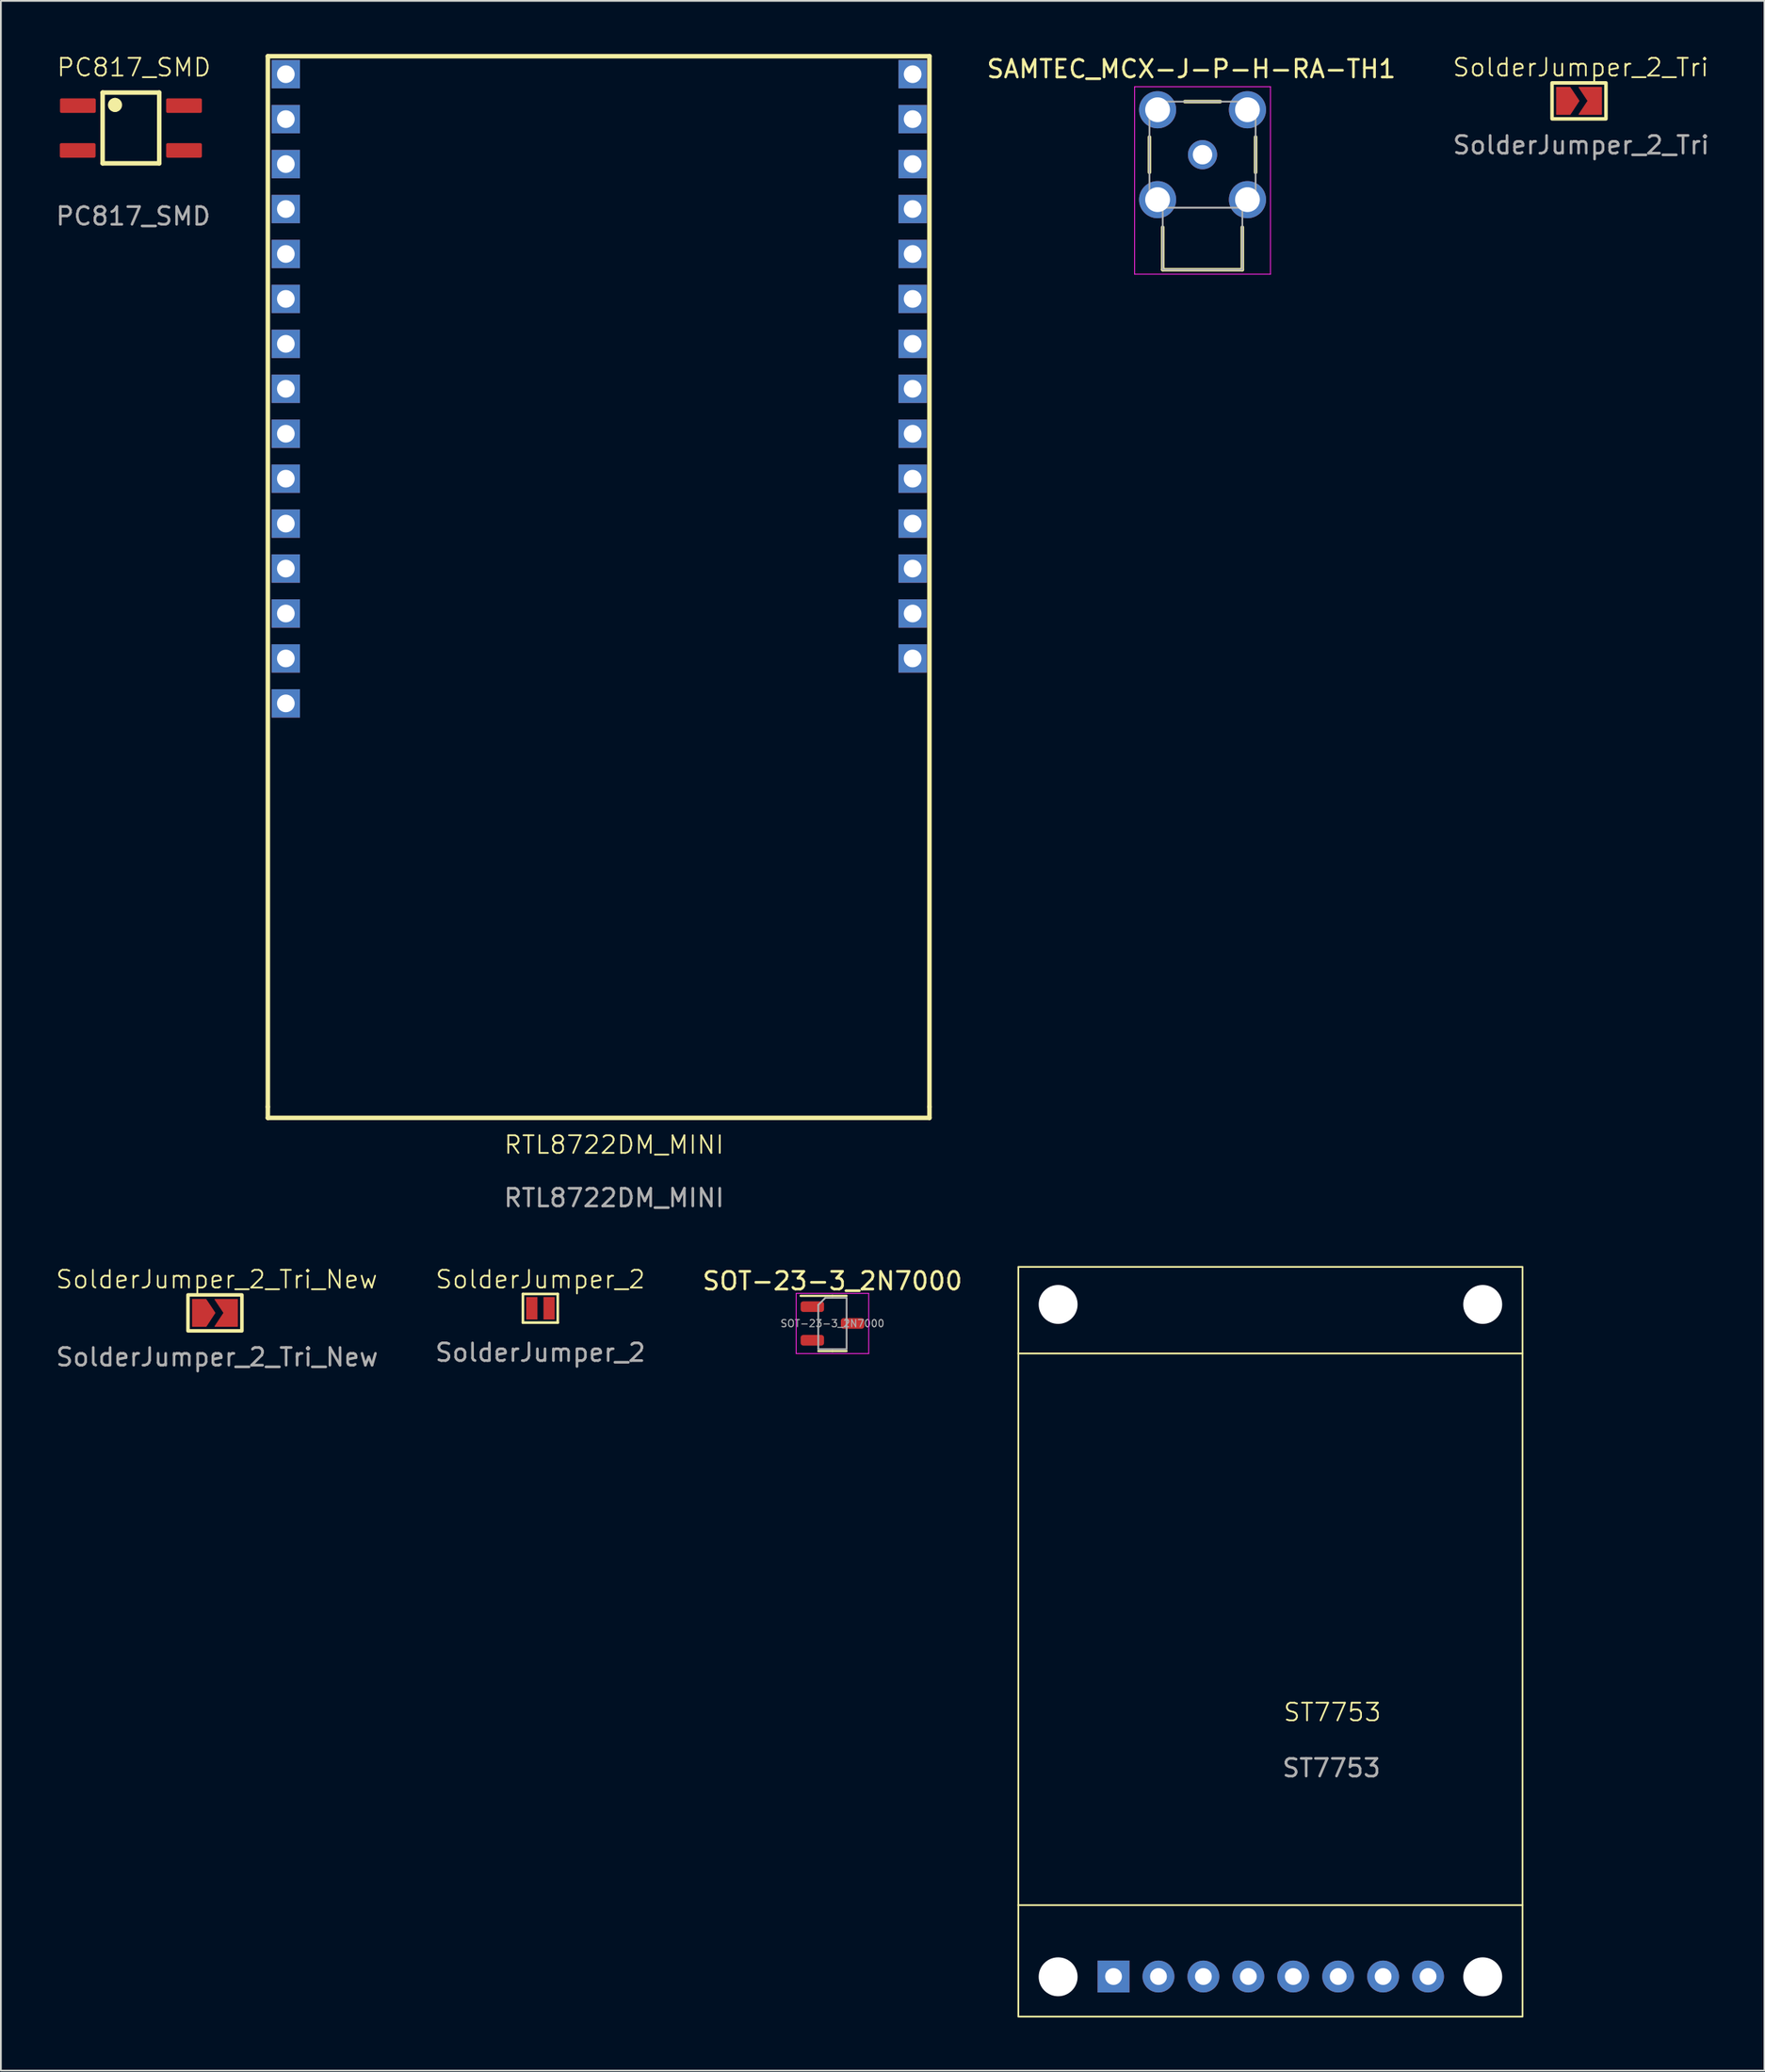
<source format=kicad_pcb>
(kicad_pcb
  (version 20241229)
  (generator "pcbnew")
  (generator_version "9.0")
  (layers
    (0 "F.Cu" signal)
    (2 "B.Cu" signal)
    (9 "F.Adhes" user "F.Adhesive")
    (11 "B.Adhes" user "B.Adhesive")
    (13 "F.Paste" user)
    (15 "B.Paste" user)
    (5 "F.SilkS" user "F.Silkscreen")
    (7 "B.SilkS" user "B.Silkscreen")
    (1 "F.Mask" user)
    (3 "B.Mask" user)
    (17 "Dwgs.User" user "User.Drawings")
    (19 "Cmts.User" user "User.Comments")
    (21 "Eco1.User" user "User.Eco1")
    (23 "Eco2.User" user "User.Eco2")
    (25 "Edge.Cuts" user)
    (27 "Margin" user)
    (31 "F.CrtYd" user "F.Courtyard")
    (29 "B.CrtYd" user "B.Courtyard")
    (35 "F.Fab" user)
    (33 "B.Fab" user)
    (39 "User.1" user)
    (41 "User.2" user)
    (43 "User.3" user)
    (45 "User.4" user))
  (footprint "RTL8722DM_MINI"
    (layer "F.Cu")
    (at 31.68 29.95)
    (property "Reference" "RTL8722DM_MINI" (at -0.02 31.7 0) (unlocked yes) (layer "F.SilkS") (effects (font (size 1 1) (thickness 0.1))))
    (attr through_hole)
    (fp_line (start -19.589 -29.823) (end 17.811 -29.823) (stroke (width 0.254) (type solid)) (layer "F.SilkS"))
    (fp_line (start -19.589 29.552) (end -19.589 -29.823) (stroke (width 0.254) (type solid)) (layer "F.SilkS"))
    (fp_line (start -19.589 30.177) (end -19.589 29.552) (stroke (width 0.254) (type solid)) (layer "F.SilkS"))
    (fp_line (start -19.589 30.177) (end 17.811 30.177) (stroke (width 0.254) (type solid)) (layer "F.SilkS"))
    (fp_line (start 17.811 29.552) (end 17.811 -29.823) (stroke (width 0.254) (type solid)) (layer "F.SilkS"))
    (fp_line (start 17.811 30.177) (end 17.811 29.552) (stroke (width 0.254) (type solid)) (layer "F.SilkS"))
    (fp_line (start -0.02 32.25) (end -0.019 32.249) (stroke (width 0.003) (type solid)) (layer "Eco1.User"))
    (fp_text user "${REFERENCE}" (at -0.02 34.7 0) (unlocked yes) (layer "F.Fab") (effects (font (size 1 1) (thickness 0.15))))
    (pad "3V3" thru_hole rect (at 16.86 -8.487 180) (size 1.6 1.6) (drill 1) (layers "*.Cu" "*.Mask"))
    (pad "5V" thru_hole rect (at 16.86 -5.947) (size 1.6 1.6) (drill 1) (layers "*.Cu" "*.Mask"))
    (pad "GND1" thru_hole rect (at 16.86 1.673 180) (size 1.6 1.6) (drill 1) (layers "*.Cu" "*.Mask"))
    (pad "GND2" thru_hole rect (at 16.86 4.213) (size 1.6 1.6) (drill 1) (layers "*.Cu" "*.Mask"))
    (pad "PA2" thru_hole rect (at 16.86 -0.867) (size 1.6 1.6) (drill 1) (layers "*.Cu" "*.Mask"))
    (pad "PA12" thru_hole rect (at -18.573 -28.807) (size 1.6 1.6) (drill 1) (layers "*.Cu" "*.Mask"))
    (pad "PA13" thru_hole rect (at -18.573 -26.267 180) (size 1.6 1.6) (drill 1) (layers "*.Cu" "*.Mask"))
    (pad "PA14" thru_hole rect (at -18.573 -23.727 180) (size 1.6 1.6) (drill 1) (layers "*.Cu" "*.Mask"))
    (pad "PA15" thru_hole rect (at -18.573 -21.187 180) (size 1.6 1.6) (drill 1) (layers "*.Cu" "*.Mask"))
    (pad "PA16" thru_hole rect (at -18.573 -18.647 180) (size 1.6 1.6) (drill 1) (layers "*.Cu" "*.Mask"))
    (pad "PA18" thru_hole rect (at -18.573 -13.567) (size 1.6 1.6) (drill 1) (layers "*.Cu" "*.Mask"))
    (pad "PA19" thru_hole rect (at -18.573 -11.027) (size 1.6 1.6) (drill 1) (layers "*.Cu" "*.Mask"))
    (pad "PA21" thru_hole rect (at -18.573 -5.947) (size 1.6 1.6) (drill 1) (layers "*.Cu" "*.Mask"))
    (pad "PA22" thru_hole rect (at -18.573 -3.407) (size 1.6 1.6) (drill 1) (layers "*.Cu" "*.Mask"))
    (pad "PA23" thru_hole rect (at -18.573 -0.867) (size 1.6 1.6) (drill 1) (layers "*.Cu" "*.Mask"))
    (pad "PA24" thru_hole rect (at -18.573 1.673 180) (size 1.6 1.6) (drill 1) (layers "*.Cu" "*.Mask"))
    (pad "PA27" thru_hole rect (at -18.573 6.753) (size 1.6 1.6) (drill 1) (layers "*.Cu" "*.Mask"))
    (pad "PA28" thru_hole rect (at -18.573 -16.107) (size 1.6 1.6) (drill 1) (layers "*.Cu" "*.Mask"))
    (pad "PA30" thru_hole rect (at -18.573 -8.487 180) (size 1.6 1.6) (drill 1) (layers "*.Cu" "*.Mask"))
    (pad "PA31" thru_hole rect (at -18.573 4.213) (size 1.6 1.6) (drill 1) (layers "*.Cu" "*.Mask"))
    (pad "PB0" thru_hole rect (at 16.86 -28.807) (size 1.6 1.6) (drill 1) (layers "*.Cu" "*.Mask"))
    (pad "PB1" thru_hole rect (at 16.86 -26.267 180) (size 1.6 1.6) (drill 1) (layers "*.Cu" "*.Mask"))
    (pad "PB2" thru_hole rect (at 16.86 -23.727 180) (size 1.6 1.6) (drill 1) (layers "*.Cu" "*.Mask"))
    (pad "PB3" thru_hole rect (at 16.86 -21.187 180) (size 1.6 1.6) (drill 1) (layers "*.Cu" "*.Mask"))
    (pad "PB4" thru_hole rect (at 16.86 -18.647 180) (size 1.6 1.6) (drill 1) (layers "*.Cu" "*.Mask"))
    (pad "PB5" thru_hole rect (at 16.86 -16.107) (size 1.6 1.6) (drill 1) (layers "*.Cu" "*.Mask"))
    (pad "PB6" thru_hole rect (at 16.86 -13.567) (size 1.6 1.6) (drill 1) (layers "*.Cu" "*.Mask"))
    (pad "PB7" thru_hole rect (at 16.86 -11.027) (size 1.6 1.6) (drill 1) (layers "*.Cu" "*.Mask"))
    (pad "RST" thru_hole rect (at 16.86 -3.407) (size 1.6 1.6) (drill 1) (layers "*.Cu" "*.Mask")))
  (footprint "SolderJumper_2_Tri_New"
    (layer "F.Cu")
    (at 9.22 71.149)
    (property "Reference" "SolderJumper_2_Tri_New" (at -0.02 -1.89 0) (unlocked yes) (layer "F.SilkS") (effects (font (size 1 1) (thickness 0.1))))
    (attr smd)
    (fp_rect (start -1.644 1.016) (end 1.404 -1.016) (stroke (width 0.2) (type default)) (fill no) (layer "F.SilkS"))
    (fp_text user "${REFERENCE}" (at 0 2.5 0) (unlocked yes) (layer "F.Fab") (effects (font (size 1 1) (thickness 0.15))))
    (pad "1" smd custom (at -1.019 0) (size 0.783 1.524) (layers "F.Cu" "F.Mask" "F.Paste") (options (anchor rect)) (primitives (gr_poly (pts (xy -0.371 -0.762) (xy 0.391 -0.762) (xy 0.899 0) (xy 0.399 0.762) (xy -0.371 0.762)) (width 0.05) (fill yes))))
    (pad "2" smd custom (at 0.75 0) (size 0.783 1.524) (layers "F.Cu" "F.Mask" "F.Paste") (options (anchor rect)) (primitives (gr_poly (pts (xy -0.87 -0.762) (xy 0.4 -0.762) (xy 0.4 0.762) (xy -0.87 0.762) (xy -0.362 0)) (width 0.05) (fill yes)))))
  (footprint "SolderJumper_2_Tri"
    (layer "F.Cu")
    (at 86.327 2.651)
    (property "Reference" "SolderJumper_2_Tri" (at -0.02 -1.89 0) (unlocked yes) (layer "F.SilkS") (effects (font (size 1 1) (thickness 0.1))))
    (attr smd)
    (fp_poly (pts (xy -1.39 -0.762) (xy -0.628 -0.762) (xy -0.12 0) (xy -0.62 0.762) (xy -1.39 0.762)) (stroke (width 0.05) (type solid)) (fill yes) (layer "F.Cu"))
    (fp_poly (pts (xy -0.12 -0.762) (xy 1.15 -0.762) (xy 1.15 0.762) (xy -0.12 0.762) (xy 0.388 0)) (stroke (width 0.05) (type solid)) (fill yes) (layer "F.Cu"))
    (fp_rect (start -1.644 1.016) (end 1.404 -1.016) (stroke (width 0.2) (type default)) (fill no) (layer "F.SilkS"))
    (fp_text user "${REFERENCE}" (at 0 2.5 0) (unlocked yes) (layer "F.Fab") (effects (font (size 1 1) (thickness 0.15)))))
  (footprint "SolderJumper_2"
    (layer "F.Cu")
    (at 27.494 70.889)
    (property "Reference" "SolderJumper_2" (at 0 -1.63 0) (unlocked yes) (layer "F.SilkS") (effects (font (size 1 1) (thickness 0.1))))
    (attr smd)
    (fp_line (start -0.985 -0.81) (end 0.985 -0.81) (stroke (width 0.15) (type default)) (layer "F.SilkS"))
    (fp_line (start -0.985 0.81) (end -0.985 -0.81) (stroke (width 0.15) (type default)) (layer "F.SilkS"))
    (fp_line (start -0.985 0.81) (end 0.985 0.81) (stroke (width 0.15) (type default)) (layer "F.SilkS"))
    (fp_line (start 0.985 0.81) (end 0.985 -0.81) (stroke (width 0.15) (type default)) (layer "F.SilkS"))
    (fp_text user "${REFERENCE}" (at 0 2.5 0) (unlocked yes) (layer "F.Fab") (effects (font (size 1 1) (thickness 0.15))))
    (pad "1" smd rect (at -0.481 0) (size 0.635 1.27) (layers "F.Cu" "F.Mask" "F.Paste"))
    (pad "2" smd rect (at 0.495 0) (size 0.635 1.27) (layers "F.Cu" "F.Mask" "F.Paste")))
  (footprint "SOT-23-3_2N7000"
    (layer "F.Cu")
    (at 44.006 71.747)
    (property "Reference" "SOT-23-3_2N7000" (at 0 -2.4 0) (layer "F.SilkS") (effects (font (size 1 1) (thickness 0.15))))
    (attr smd)
    (fp_line (start 0 -1.56) (end -1.8 -1.56) (stroke (width 0.12) (type solid)) (layer "F.SilkS"))
    (fp_line (start 0 -1.56) (end 0.8 -1.56) (stroke (width 0.12) (type solid)) (layer "F.SilkS"))
    (fp_line (start 0 1.56) (end -0.8 1.56) (stroke (width 0.12) (type solid)) (layer "F.SilkS"))
    (fp_line (start 0 1.56) (end 0.8 1.56) (stroke (width 0.12) (type solid)) (layer "F.SilkS"))
    (fp_line (start -2.05 -1.7) (end -2.05 1.7) (stroke (width 0.05) (type solid)) (layer "F.CrtYd"))
    (fp_line (start -2.05 1.7) (end 2.05 1.7) (stroke (width 0.05) (type solid)) (layer "F.CrtYd"))
    (fp_line (start 2.05 -1.7) (end -2.05 -1.7) (stroke (width 0.05) (type solid)) (layer "F.CrtYd"))
    (fp_line (start 2.05 1.7) (end 2.05 -1.7) (stroke (width 0.05) (type solid)) (layer "F.CrtYd"))
    (fp_line (start -0.8 -1.05) (end -0.4 -1.45) (stroke (width 0.1) (type solid)) (layer "F.Fab"))
    (fp_line (start -0.8 1.45) (end -0.8 -1.05) (stroke (width 0.1) (type solid)) (layer "F.Fab"))
    (fp_line (start -0.4 -1.45) (end 0.8 -1.45) (stroke (width 0.1) (type solid)) (layer "F.Fab"))
    (fp_line (start 0.8 -1.45) (end 0.8 1.45) (stroke (width 0.1) (type solid)) (layer "F.Fab"))
    (fp_line (start 0.8 1.45) (end -0.8 1.45) (stroke (width 0.1) (type solid)) (layer "F.Fab"))
    (fp_text user "${REFERENCE}" (at 0 0 0) (layer "F.Fab") (effects (font (size 0.4 0.4) (thickness 0.06))))
    (pad "1" smd roundrect (at -1.137 0.95) (size 1.325 0.6) (layers "F.Cu" "F.Mask" "F.Paste") (roundrect_rratio 0.25))
    (pad "2" smd roundrect (at -1.137 -0.95) (size 1.325 0.6) (layers "F.Cu" "F.Mask" "F.Paste") (roundrect_rratio 0.25))
    (pad "3" smd roundrect (at 1.137 0) (size 1.325 0.6) (layers "F.Cu" "F.Mask" "F.Paste") (roundrect_rratio 0.25)))
  (footprint "PC817_SMD"
    (layer "F.Cu")
    (at 4.502 4.311)
    (property "Reference" "PC817_SMD" (at 0.02 -3.55 0) (unlocked yes) (layer "F.SilkS") (effects (font (size 1 1) (thickness 0.1))))
    (attr smd)
    (fp_line (start -1.75 1.87) (end -1.75 -2.13) (stroke (width 0.254) (type solid)) (layer "F.SilkS"))
    (fp_line (start 1.45 -2.13) (end -1.75 -2.13) (stroke (width 0.254) (type solid)) (layer "F.SilkS"))
    (fp_line (start 1.45 1.87) (end -1.75 1.87) (stroke (width 0.254) (type solid)) (layer "F.SilkS"))
    (fp_line (start 1.45 1.87) (end 1.45 -2.13) (stroke (width 0.254) (type solid)) (layer "F.SilkS"))
    (fp_arc (start -1.05 -1.63) (mid -0.85 -1.43) (end -1.05 -1.23) (stroke (width 0.4) (type solid)) (layer "F.SilkS"))
    (fp_arc (start -1.05 -1.23) (mid -1.25 -1.43) (end -1.05 -1.63) (stroke (width 0.4) (type solid)) (layer "F.SilkS"))
    (fp_text user "${REFERENCE}" (at -0.02 4.86 0) (unlocked yes) (layer "F.Fab") (effects (font (size 1 1) (thickness 0.15))))
    (pad "1" smd roundrect (at -3.15 -1.39) (size 2.02 0.82) (layers "F.Cu" "F.Mask" "F.Paste") (roundrect_rratio 0.1))
    (pad "2" smd roundrect (at -3.16 1.14) (size 2.02 0.82) (layers "F.Cu" "F.Mask" "F.Paste") (roundrect_rratio 0.1))
    (pad "3" smd roundrect (at 2.85 1.14) (size 2.02 0.82) (layers "F.Cu" "F.Mask" "F.Paste") (roundrect_rratio 0.1))
    (pad "4" smd roundrect (at 2.85 -1.39) (size 2.02 0.82) (layers "F.Cu" "F.Mask" "F.Paste") (roundrect_rratio 0.1)))
  (footprint "ST7753"
    (layer "F.Cu")
    (at 72.214 90.621)
    (property "Reference" "ST7753" (at 0.05 3.1 0) (unlocked yes) (layer "F.SilkS") (effects (font (size 1 1) (thickness 0.1))))
    (attr through_hole)
    (fp_line (start -17.7 -17.178) (end 10.8 -17.178) (stroke (width 0.1) (type default)) (layer "F.SilkS"))
    (fp_line (start -17.7 14) (end 10.8 14) (stroke (width 0.1) (type default)) (layer "F.SilkS"))
    (fp_rect (start -17.7 20.3) (end 10.8 -22.073) (stroke (width 0.1) (type default)) (fill no) (layer "F.SilkS"))
    (fp_text user "${REFERENCE}" (at 0 6.25 0) (unlocked yes) (layer "F.Fab") (effects (font (size 1 1) (thickness 0.15))))
    (pad "" np_thru_hole circle (at -15.45 -19.95) (size 2.2 2.2) (drill 2.2) (layers "*.Cu" "*.Mask"))
    (pad "" np_thru_hole circle (at -15.45 18.05) (size 2.2 2.2) (drill 2.2) (layers "*.Cu" "*.Mask"))
    (pad "" np_thru_hole circle (at 8.55 -19.95) (size 2.2 2.2) (drill 2.2) (layers "*.Cu" "*.Mask"))
    (pad "" np_thru_hole circle (at 8.55 18.05) (size 2.2 2.2) (drill 2.2) (layers "*.Cu" "*.Mask"))
    (pad "1" thru_hole rect (at -12.319 18.034) (size 1.8 1.8) (drill 0.95) (layers "*.Cu" "*.Mask"))
    (pad "2" thru_hole circle (at -9.779 18.034) (size 1.8 1.8) (drill 0.95) (layers "*.Cu" "*.Mask"))
    (pad "3" thru_hole circle (at -7.239 18.034) (size 1.8 1.8) (drill 0.95) (layers "*.Cu" "*.Mask"))
    (pad "4" thru_hole circle (at -4.699 18.034) (size 1.8 1.8) (drill 0.95) (layers "*.Cu" "*.Mask"))
    (pad "5" thru_hole circle (at -2.159 18.034) (size 1.8 1.8) (drill 0.95) (layers "*.Cu" "*.Mask"))
    (pad "6" thru_hole circle (at 0.381 18.034) (size 1.8 1.8) (drill 0.95) (layers "*.Cu" "*.Mask"))
    (pad "7" thru_hole circle (at 2.921 18.034) (size 1.8 1.8) (drill 0.95) (layers "*.Cu" "*.Mask"))
    (pad "8" thru_hole circle (at 5.461 18.034) (size 1.8 1.8) (drill 0.95) (layers "*.Cu" "*.Mask")))
  (footprint "SAMTEC_MCX-J-P-H-RA-TH1"
    (layer "F.Cu")
    (at 64.926 5.693)
    (property "Reference" "SAMTEC_MCX-J-P-H-RA-TH1" (at -0.635 -4.845 0) (layer "F.SilkS") (effects (font (size 1 1) (thickness 0.15))))
    (attr through_hole)
    (fp_line (start -3 1) (end -3 -1) (stroke (width 0.2) (type solid)) (layer "F.SilkS"))
    (fp_line (start -2.25 4.1) (end -2.25 6.5) (stroke (width 0.2) (type solid)) (layer "F.SilkS"))
    (fp_line (start -2.25 6.5) (end 2.25 6.5) (stroke (width 0.2) (type solid)) (layer "F.SilkS"))
    (fp_line (start -1 -3) (end 1 -3) (stroke (width 0.2) (type solid)) (layer "F.SilkS"))
    (fp_line (start 2.25 6.5) (end 2.25 4.1) (stroke (width 0.2) (type solid)) (layer "F.SilkS"))
    (fp_line (start 3 1) (end 3 -1) (stroke (width 0.2) (type solid)) (layer "F.SilkS"))
    (fp_line (start -3.84 -3.84) (end 3.84 -3.84) (stroke (width 0.05) (type solid)) (layer "F.CrtYd"))
    (fp_line (start -3.84 6.75) (end -3.84 -3.84) (stroke (width 0.05) (type solid)) (layer "F.CrtYd"))
    (fp_line (start 3.84 -3.84) (end 3.84 6.75) (stroke (width 0.05) (type solid)) (layer "F.CrtYd"))
    (fp_line (start 3.84 6.75) (end -3.84 6.75) (stroke (width 0.05) (type solid)) (layer "F.CrtYd"))
    (fp_line (start -3 -3) (end 3 -3) (stroke (width 0.1) (type solid)) (layer "F.Fab"))
    (fp_line (start -3 3) (end -3 -3) (stroke (width 0.1) (type solid)) (layer "F.Fab"))
    (fp_line (start -2.25 3) (end -2.25 6.5) (stroke (width 0.1) (type solid)) (layer "F.Fab"))
    (fp_line (start -2.25 3) (end 2 3) (stroke (width 0.1) (type solid)) (layer "F.Fab"))
    (fp_line (start -2.25 6.5) (end 2.25 6.5) (stroke (width 0.1) (type solid)) (layer "F.Fab"))
    (fp_line (start 2.25 3) (end -2.25 3) (stroke (width 0.1) (type solid)) (layer "F.Fab"))
    (fp_line (start 2.25 6.5) (end 2.25 3) (stroke (width 0.1) (type solid)) (layer "F.Fab"))
    (fp_line (start 3 -3) (end 3 3) (stroke (width 0.1) (type solid)) (layer "F.Fab"))
    (fp_line (start 3 3) (end 2.25 3) (stroke (width 0.1) (type solid)) (layer "F.Fab"))
    (pad "1" thru_hole circle (at 0 0) (size 1.65 1.65) (drill 1.1) (layers "*.Cu" "*.Mask"))
    (pad "2" thru_hole circle (at -2.54 -2.54) (size 2.1 2.1) (drill 1.4) (layers "*.Cu" "*.Mask"))
    (pad "2" thru_hole circle (at -2.54 2.54) (size 2.1 2.1) (drill 1.4) (layers "*.Cu" "*.Mask"))
    (pad "2" thru_hole circle (at 2.54 -2.54) (size 2.1 2.1) (drill 1.4) (layers "*.Cu" "*.Mask"))
    (pad "2" thru_hole circle (at 2.54 2.54) (size 2.1 2.1) (drill 1.4) (layers "*.Cu" "*.Mask")))
  (gr_rect
    (start -3 -3)
    (end 96.69 113.971)
    (stroke (width 0.1) (type default))
    (fill no)
    (layer "Edge.Cuts")))
</source>
